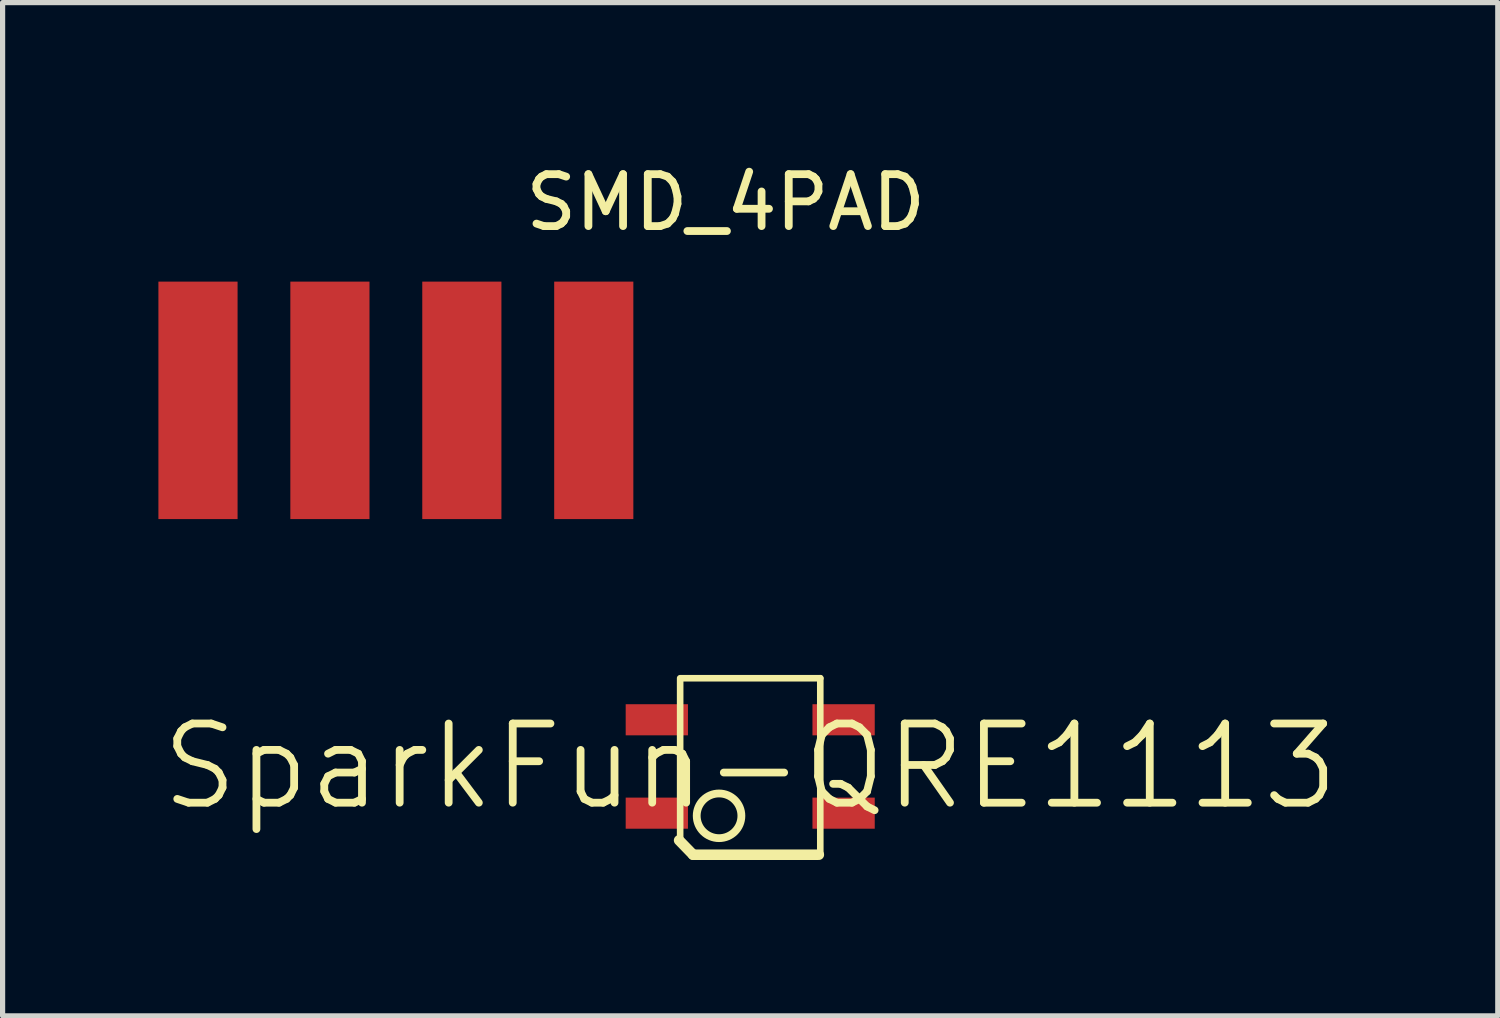
<source format=kicad_pcb>
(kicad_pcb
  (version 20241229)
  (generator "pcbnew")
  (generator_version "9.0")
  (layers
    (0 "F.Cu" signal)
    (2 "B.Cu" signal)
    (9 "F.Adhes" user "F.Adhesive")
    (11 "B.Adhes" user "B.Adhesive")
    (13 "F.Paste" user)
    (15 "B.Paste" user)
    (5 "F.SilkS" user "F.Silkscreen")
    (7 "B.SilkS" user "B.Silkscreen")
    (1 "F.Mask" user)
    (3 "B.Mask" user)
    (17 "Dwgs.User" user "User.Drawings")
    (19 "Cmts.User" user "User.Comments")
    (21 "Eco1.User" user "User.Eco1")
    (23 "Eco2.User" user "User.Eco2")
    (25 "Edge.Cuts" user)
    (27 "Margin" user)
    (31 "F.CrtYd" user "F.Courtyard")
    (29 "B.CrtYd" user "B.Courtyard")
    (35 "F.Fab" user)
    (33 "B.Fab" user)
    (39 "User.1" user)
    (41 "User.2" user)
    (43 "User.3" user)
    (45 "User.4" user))
  (footprint "SMD_4PAD"
    (layer "F.Cu")
    (at 4.572 3.388)
    (property "Reference" "SMD_4PAD" (at 6.35 -2.54 0) (layer "F.SilkS") (effects (font (size 1 1) (thickness 0.15))))
    (attr through_hole)
    (pad "1" smd rect (at -3.81 1.27) (size 1.524 4.572) (layers "F.Cu" "F.Mask" "F.Paste"))
    (pad "2" smd rect (at -1.27 1.27) (size 1.524 4.572) (layers "F.Cu" "F.Mask" "F.Paste"))
    (pad "3" smd rect (at 1.27 1.27) (size 1.524 4.572) (layers "F.Cu" "F.Mask" "F.Paste"))
    (pad "4" smd rect (at 3.81 1.27) (size 1.524 4.572) (layers "F.Cu" "F.Mask" "F.Paste")))
  (footprint "SparkFun-QRE1113"
    (layer "F.Cu")
    (at 11.394 11.707)
    (property "Reference" "SparkFun-QRE1113" (at 0 0 0) (layer "F.SilkS") (effects (font (size 1.524 1.524) (thickness 0.15))))
    (attr smd)
    (fp_line (start -1.369 1.422) (end -1.1 1.699) (stroke (width 0.203) (type solid)) (layer "F.SilkS"))
    (fp_line (start -1.349 -1.676) (end -1.349 1.397) (stroke (width 0.127) (type solid)) (layer "F.SilkS"))
    (fp_line (start -1.1 1.699) (end 1.321 1.699) (stroke (width 0.203) (type solid)) (layer "F.SilkS"))
    (fp_line (start 1.349 -1.699) (end -1.349 -1.699) (stroke (width 0.127) (type solid)) (layer "F.SilkS"))
    (fp_line (start 1.349 1.699) (end 1.349 -1.699) (stroke (width 0.127) (type solid)) (layer "F.SilkS"))
    (fp_circle (center -0.6 0.95) (end -0.25 0.7) (stroke (width 0.15) (type solid)) (fill no) (layer "F.SilkS"))
    (pad "1" smd rect (at -1.798 0.899) (size 1.199 0.599) (layers "F.Cu" "F.Mask" "F.Paste"))
    (pad "2" smd rect (at 1.798 0.899) (size 1.199 0.599) (layers "F.Cu" "F.Mask" "F.Paste"))
    (pad "3" smd rect (at 1.798 -0.899) (size 1.199 0.599) (layers "F.Cu" "F.Mask" "F.Paste"))
    (pad "4" smd rect (at -1.798 -0.899) (size 1.199 0.599) (layers "F.Cu" "F.Mask" "F.Paste")))
  (gr_rect
    (start -3 -3)
    (end 25.787 16.508)
    (stroke (width 0.1) (type default))
    (fill no)
    (layer "Edge.Cuts")))
</source>
